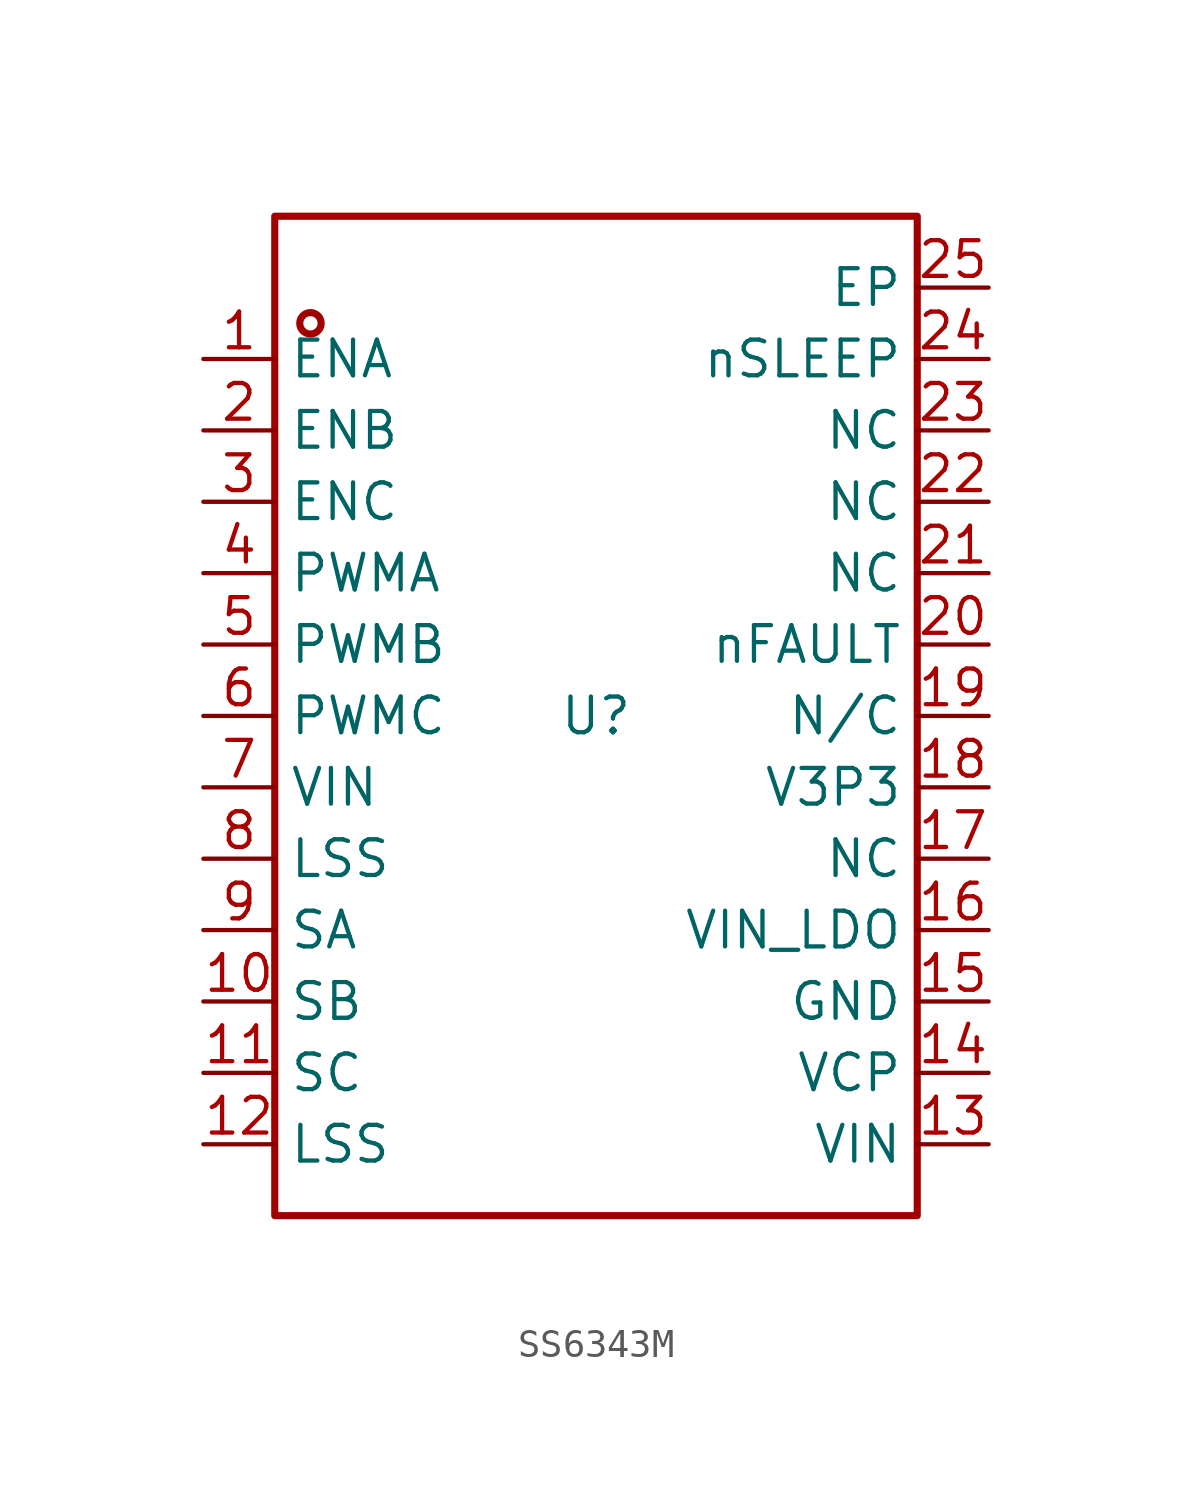
<source format=kicad_sym>
(kicad_symbol_lib
  (version 20241209)
  (generator "kicad_symbol_editor")
  (generator_version "9.0")
  (symbol "SS6343M"
    (property "Reference" "U"
      (at 0 0 0)
      (effects (font (size 1.27 1.27))))
    (property "Value" ""
      (at 0 0 0)
      (effects (font (size 1.27 1.27))))
    (symbol "SS6343M_1_0"
      (rectangle (start -11.43 17.78) (end 11.43 -17.78) (stroke (width 0.254) (type solid) (color 160 0 0 1)) (fill (type none)))
      (circle (center -10.16 13.97) (radius 0.381) (stroke (width 0.254) (type solid) (color 160 0 0 1)) (fill (type none)))
      (pin unspecified line (at -13.97 12.7 0) (length 2.54) (name "ENA" (effects (font (size 1.27 1.27)))) (number "1" (effects (font (size 1.27 1.27)))))
      (pin unspecified line (at -13.97 10.16 0) (length 2.54) (name "ENB" (effects (font (size 1.27 1.27)))) (number "2" (effects (font (size 1.27 1.27)))))
      (pin unspecified line (at -13.97 7.62 0) (length 2.54) (name "ENC" (effects (font (size 1.27 1.27)))) (number "3" (effects (font (size 1.27 1.27)))))
      (pin unspecified line (at -13.97 5.08 0) (length 2.54) (name "PWMA" (effects (font (size 1.27 1.27)))) (number "4" (effects (font (size 1.27 1.27)))))
      (pin unspecified line (at -13.97 2.54 0) (length 2.54) (name "PWMB" (effects (font (size 1.27 1.27)))) (number "5" (effects (font (size 1.27 1.27)))))
      (pin unspecified line (at -13.97 0 0) (length 2.54) (name "PWMC" (effects (font (size 1.27 1.27)))) (number "6" (effects (font (size 1.27 1.27)))))
      (pin unspecified line (at -13.97 -2.54 0) (length 2.54) (name "VIN" (effects (font (size 1.27 1.27)))) (number "7" (effects (font (size 1.27 1.27)))))
      (pin unspecified line (at -13.97 -5.08 0) (length 2.54) (name "LSS" (effects (font (size 1.27 1.27)))) (number "8" (effects (font (size 1.27 1.27)))))
      (pin unspecified line (at -13.97 -7.62 0) (length 2.54) (name "SA" (effects (font (size 1.27 1.27)))) (number "9" (effects (font (size 1.27 1.27)))))
      (pin unspecified line (at -13.97 -10.16 0) (length 2.54) (name "SB" (effects (font (size 1.27 1.27)))) (number "10" (effects (font (size 1.27 1.27)))))
      (pin unspecified line (at -13.97 -12.7 0) (length 2.54) (name "SC" (effects (font (size 1.27 1.27)))) (number "11" (effects (font (size 1.27 1.27)))))
      (pin unspecified line (at -13.97 -15.24 0) (length 2.54) (name "LSS" (effects (font (size 1.27 1.27)))) (number "12" (effects (font (size 1.27 1.27)))))
      (pin unspecified line (at 13.97 15.24 180) (length 2.54) (name "EP" (effects (font (size 1.27 1.27)))) (number "25" (effects (font (size 1.27 1.27)))))
      (pin unspecified line (at 13.97 12.7 180) (length 2.54) (name "nSLEEP" (effects (font (size 1.27 1.27)))) (number "24" (effects (font (size 1.27 1.27)))))
      (pin unspecified line (at 13.97 10.16 180) (length 2.54) (name "NC" (effects (font (size 1.27 1.27)))) (number "23" (effects (font (size 1.27 1.27)))))
      (pin unspecified line (at 13.97 7.62 180) (length 2.54) (name "NC" (effects (font (size 1.27 1.27)))) (number "22" (effects (font (size 1.27 1.27)))))
      (pin unspecified line (at 13.97 5.08 180) (length 2.54) (name "NC" (effects (font (size 1.27 1.27)))) (number "21" (effects (font (size 1.27 1.27)))))
      (pin unspecified line (at 13.97 2.54 180) (length 2.54) (name "nFAULT" (effects (font (size 1.27 1.27)))) (number "20" (effects (font (size 1.27 1.27)))))
      (pin unspecified line (at 13.97 0 180) (length 2.54) (name "N/C" (effects (font (size 1.27 1.27)))) (number "19" (effects (font (size 1.27 1.27)))))
      (pin unspecified line (at 13.97 -2.54 180) (length 2.54) (name "V3P3" (effects (font (size 1.27 1.27)))) (number "18" (effects (font (size 1.27 1.27)))))
      (pin unspecified line (at 13.97 -5.08 180) (length 2.54) (name "NC" (effects (font (size 1.27 1.27)))) (number "17" (effects (font (size 1.27 1.27)))))
      (pin unspecified line (at 13.97 -7.62 180) (length 2.54) (name "VIN_LDO" (effects (font (size 1.27 1.27)))) (number "16" (effects (font (size 1.27 1.27)))))
      (pin unspecified line (at 13.97 -10.16 180) (length 2.54) (name "GND" (effects (font (size 1.27 1.27)))) (number "15" (effects (font (size 1.27 1.27)))))
      (pin unspecified line (at 13.97 -12.7 180) (length 2.54) (name "VCP" (effects (font (size 1.27 1.27)))) (number "14" (effects (font (size 1.27 1.27)))))
      (pin unspecified line (at 13.97 -15.24 180) (length 2.54) (name "VIN" (effects (font (size 1.27 1.27)))) (number "13" (effects (font (size 1.27 1.27))))))))
</source>
